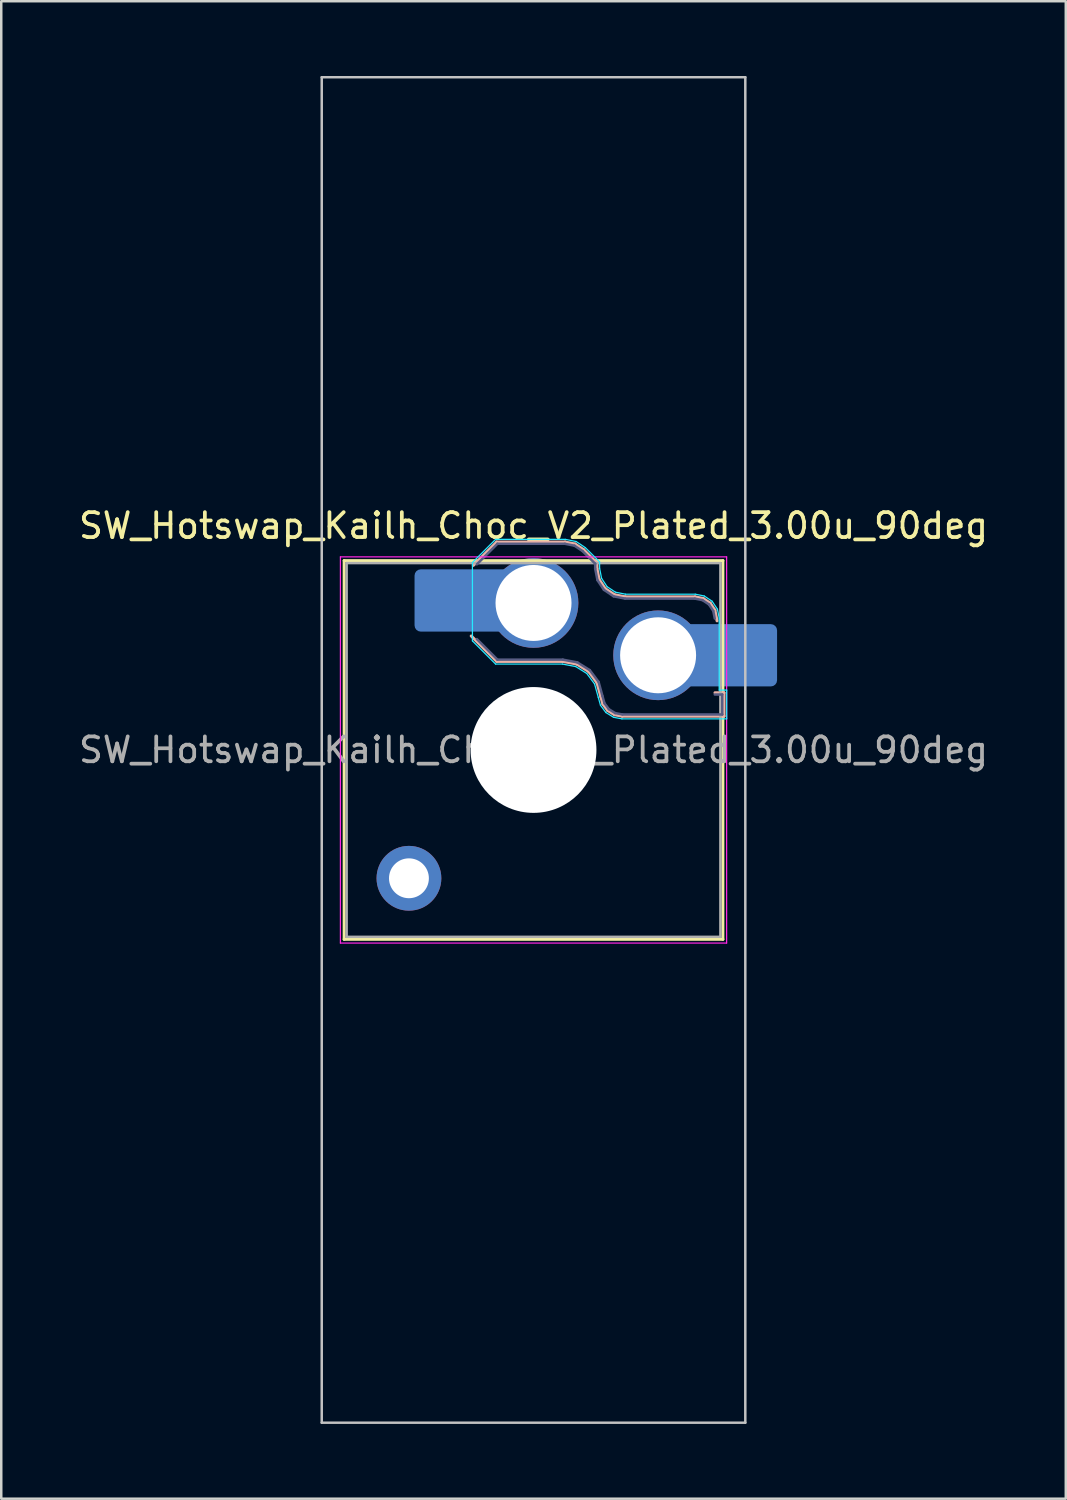
<source format=kicad_pcb>
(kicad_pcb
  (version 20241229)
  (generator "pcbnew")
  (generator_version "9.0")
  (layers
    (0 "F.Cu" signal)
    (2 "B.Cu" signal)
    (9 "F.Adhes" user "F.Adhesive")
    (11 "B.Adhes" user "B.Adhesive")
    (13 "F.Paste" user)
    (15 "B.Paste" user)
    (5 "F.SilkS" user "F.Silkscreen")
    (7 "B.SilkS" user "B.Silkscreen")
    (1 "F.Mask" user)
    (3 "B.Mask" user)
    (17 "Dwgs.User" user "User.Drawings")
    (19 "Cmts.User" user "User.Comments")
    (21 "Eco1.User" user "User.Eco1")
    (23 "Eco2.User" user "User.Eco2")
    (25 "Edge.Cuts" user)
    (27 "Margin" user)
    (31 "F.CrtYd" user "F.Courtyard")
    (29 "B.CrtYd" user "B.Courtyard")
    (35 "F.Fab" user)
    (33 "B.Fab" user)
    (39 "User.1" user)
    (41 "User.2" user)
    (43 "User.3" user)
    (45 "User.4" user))
  (footprint "SW_Hotswap_Kailh_Choc_V2_Plated_3.00u_90deg"
    (layer "F.Cu")
    (at 18.363 27.05)
    (property "Reference" "SW_Hotswap_Kailh_Choc_V2_Plated_3.00u_90deg" (at 0 -9 0) (layer "F.SilkS") (effects (font (size 1 1) (thickness 0.15))))
    (attr smd)
    (fp_line (start -7.6 -7.6) (end -7.6 7.6) (stroke (width 0.12) (type solid)) (layer "F.SilkS"))
    (fp_line (start -7.6 7.6) (end 7.6 7.6) (stroke (width 0.12) (type solid)) (layer "F.SilkS"))
    (fp_line (start 7.6 -7.6) (end -7.6 -7.6) (stroke (width 0.12) (type solid)) (layer "F.SilkS"))
    (fp_line (start 7.6 7.6) (end 7.6 -7.6) (stroke (width 0.12) (type solid)) (layer "F.SilkS"))
    (fp_line (start -2.416 -7.409) (end -1.479 -8.346) (stroke (width 0.12) (type solid)) (layer "B.SilkS"))
    (fp_line (start -1.479 -8.346) (end 1.268 -8.346) (stroke (width 0.12) (type solid)) (layer "B.SilkS"))
    (fp_line (start -1.479 -3.554) (end -2.5 -4.575) (stroke (width 0.12) (type solid)) (layer "B.SilkS"))
    (fp_line (start 1.168 -3.554) (end -1.479 -3.554) (stroke (width 0.12) (type solid)) (layer "B.SilkS"))
    (fp_line (start 1.268 -8.346) (end 1.671 -8.266) (stroke (width 0.12) (type solid)) (layer "B.SilkS"))
    (fp_line (start 1.671 -8.266) (end 2.013 -8.037) (stroke (width 0.12) (type solid)) (layer "B.SilkS"))
    (fp_line (start 1.73 -3.449) (end 1.168 -3.554) (stroke (width 0.12) (type solid)) (layer "B.SilkS"))
    (fp_line (start 2.013 -8.037) (end 2.546 -7.504) (stroke (width 0.12) (type solid)) (layer "B.SilkS"))
    (fp_line (start 2.209 -3.15) (end 1.73 -3.449) (stroke (width 0.12) (type solid)) (layer "B.SilkS"))
    (fp_line (start 2.546 -7.504) (end 2.546 -7.282) (stroke (width 0.12) (type solid)) (layer "B.SilkS"))
    (fp_line (start 2.546 -7.282) (end 2.633 -6.844) (stroke (width 0.12) (type solid)) (layer "B.SilkS"))
    (fp_line (start 2.547 -2.697) (end 2.209 -3.15) (stroke (width 0.12) (type solid)) (layer "B.SilkS"))
    (fp_line (start 2.633 -6.844) (end 2.877 -6.477) (stroke (width 0.12) (type solid)) (layer "B.SilkS"))
    (fp_line (start 2.701 -2.139) (end 2.547 -2.697) (stroke (width 0.12) (type solid)) (layer "B.SilkS"))
    (fp_line (start 2.783 -1.841) (end 2.701 -2.139) (stroke (width 0.12) (type solid)) (layer "B.SilkS"))
    (fp_line (start 2.877 -6.477) (end 3.244 -6.233) (stroke (width 0.12) (type solid)) (layer "B.SilkS"))
    (fp_line (start 2.976 -1.583) (end 2.783 -1.841) (stroke (width 0.12) (type solid)) (layer "B.SilkS"))
    (fp_line (start 3.244 -6.233) (end 3.682 -6.146) (stroke (width 0.12) (type solid)) (layer "B.SilkS"))
    (fp_line (start 3.25 -1.413) (end 2.976 -1.583) (stroke (width 0.12) (type solid)) (layer "B.SilkS"))
    (fp_line (start 3.56 -1.354) (end 3.25 -1.413) (stroke (width 0.12) (type solid)) (layer "B.SilkS"))
    (fp_line (start 3.682 -6.146) (end 6.482 -6.146) (stroke (width 0.12) (type solid)) (layer "B.SilkS"))
    (fp_line (start 6.482 -6.146) (end 6.809 -6.081) (stroke (width 0.12) (type solid)) (layer "B.SilkS"))
    (fp_line (start 6.809 -6.081) (end 7.092 -5.892) (stroke (width 0.12) (type solid)) (layer "B.SilkS"))
    (fp_line (start 7.092 -5.892) (end 7.281 -5.609) (stroke (width 0.12) (type solid)) (layer "B.SilkS"))
    (fp_line (start 7.281 -5.609) (end 7.366 -5.182) (stroke (width 0.12) (type solid)) (layer "B.SilkS"))
    (fp_line (start 7.283 -2.296) (end 7.646 -2.296) (stroke (width 0.12) (type solid)) (layer "B.SilkS"))
    (fp_line (start 7.646 -2.296) (end 7.646 -1.354) (stroke (width 0.12) (type solid)) (layer "B.SilkS"))
    (fp_line (start 7.646 -1.354) (end 3.56 -1.354) (stroke (width 0.12) (type solid)) (layer "B.SilkS"))
    (fp_line (start -8.5 -27) (end 8.5 -27) (stroke (width 0.1) (type solid)) (layer "Dwgs.User"))
    (fp_line (start -8.5 27) (end -8.5 -27) (stroke (width 0.1) (type solid)) (layer "Dwgs.User"))
    (fp_line (start 8.5 -27) (end 8.5 27) (stroke (width 0.1) (type solid)) (layer "Dwgs.User"))
    (fp_line (start 8.5 27) (end -8.5 27) (stroke (width 0.1) (type solid)) (layer "Dwgs.User"))
    (fp_line (start -7.25 -7.25) (end -7.25 7.25) (stroke (width 0.1) (type solid)) (layer "Eco1.User"))
    (fp_line (start -7.25 7.25) (end 7.25 7.25) (stroke (width 0.1) (type solid)) (layer "Eco1.User"))
    (fp_line (start 7.25 -7.25) (end -7.25 -7.25) (stroke (width 0.1) (type solid)) (layer "Eco1.User"))
    (fp_line (start 7.25 7.25) (end 7.25 -7.25) (stroke (width 0.1) (type solid)) (layer "Eco1.User"))
    (fp_line (start -2.452 -7.523) (end -1.523 -8.452) (stroke (width 0.05) (type solid)) (layer "B.CrtYd"))
    (fp_line (start -2.452 -4.377) (end -2.452 -7.523) (stroke (width 0.05) (type solid)) (layer "B.CrtYd"))
    (fp_line (start -1.523 -8.452) (end 1.278 -8.452) (stroke (width 0.05) (type solid)) (layer "B.CrtYd"))
    (fp_line (start -1.523 -3.448) (end -2.452 -4.377) (stroke (width 0.05) (type solid)) (layer "B.CrtYd"))
    (fp_line (start 1.159 -3.448) (end -1.523 -3.448) (stroke (width 0.05) (type solid)) (layer "B.CrtYd"))
    (fp_line (start 1.278 -8.452) (end 1.712 -8.366) (stroke (width 0.05) (type solid)) (layer "B.CrtYd"))
    (fp_line (start 1.691 -3.348) (end 1.159 -3.448) (stroke (width 0.05) (type solid)) (layer "B.CrtYd"))
    (fp_line (start 1.712 -8.366) (end 2.081 -8.119) (stroke (width 0.05) (type solid)) (layer "B.CrtYd"))
    (fp_line (start 2.081 -8.119) (end 2.652 -7.548) (stroke (width 0.05) (type solid)) (layer "B.CrtYd"))
    (fp_line (start 2.136 -3.071) (end 1.691 -3.348) (stroke (width 0.05) (type solid)) (layer "B.CrtYd"))
    (fp_line (start 2.45 -2.65) (end 2.136 -3.071) (stroke (width 0.05) (type solid)) (layer "B.CrtYd"))
    (fp_line (start 2.599 -2.111) (end 2.45 -2.65) (stroke (width 0.05) (type solid)) (layer "B.CrtYd"))
    (fp_line (start 2.652 -7.548) (end 2.652 -7.292) (stroke (width 0.05) (type solid)) (layer "B.CrtYd"))
    (fp_line (start 2.652 -7.292) (end 2.733 -6.885) (stroke (width 0.05) (type solid)) (layer "B.CrtYd"))
    (fp_line (start 2.687 -1.794) (end 2.599 -2.111) (stroke (width 0.05) (type solid)) (layer "B.CrtYd"))
    (fp_line (start 2.733 -6.885) (end 2.953 -6.553) (stroke (width 0.05) (type solid)) (layer "B.CrtYd"))
    (fp_line (start 2.903 -1.503) (end 2.687 -1.794) (stroke (width 0.05) (type solid)) (layer "B.CrtYd"))
    (fp_line (start 2.953 -6.553) (end 3.285 -6.333) (stroke (width 0.05) (type solid)) (layer "B.CrtYd"))
    (fp_line (start 3.211 -1.312) (end 2.903 -1.503) (stroke (width 0.05) (type solid)) (layer "B.CrtYd"))
    (fp_line (start 3.285 -6.333) (end 3.692 -6.252) (stroke (width 0.05) (type solid)) (layer "B.CrtYd"))
    (fp_line (start 3.55 -1.248) (end 3.211 -1.312) (stroke (width 0.05) (type solid)) (layer "B.CrtYd"))
    (fp_line (start 3.692 -6.252) (end 6.492 -6.252) (stroke (width 0.05) (type solid)) (layer "B.CrtYd"))
    (fp_line (start 6.492 -6.252) (end 6.85 -6.181) (stroke (width 0.05) (type solid)) (layer "B.CrtYd"))
    (fp_line (start 6.85 -6.181) (end 7.168 -5.968) (stroke (width 0.05) (type solid)) (layer "B.CrtYd"))
    (fp_line (start 7.168 -5.968) (end 7.381 -5.65) (stroke (width 0.05) (type solid)) (layer "B.CrtYd"))
    (fp_line (start 7.381 -5.65) (end 7.452 -5.292) (stroke (width 0.05) (type solid)) (layer "B.CrtYd"))
    (fp_line (start 7.452 -5.292) (end 7.452 -2.402) (stroke (width 0.05) (type solid)) (layer "B.CrtYd"))
    (fp_line (start 7.452 -2.402) (end 7.752 -2.402) (stroke (width 0.05) (type solid)) (layer "B.CrtYd"))
    (fp_line (start 7.752 -2.402) (end 7.752 -1.248) (stroke (width 0.05) (type solid)) (layer "B.CrtYd"))
    (fp_line (start 7.752 -1.248) (end 3.55 -1.248) (stroke (width 0.05) (type solid)) (layer "B.CrtYd"))
    (fp_line (start -7.75 -7.75) (end -7.75 7.75) (stroke (width 0.05) (type solid)) (layer "F.CrtYd"))
    (fp_line (start -7.75 7.75) (end 7.75 7.75) (stroke (width 0.05) (type solid)) (layer "F.CrtYd"))
    (fp_line (start 7.75 -7.75) (end -7.75 -7.75) (stroke (width 0.05) (type solid)) (layer "F.CrtYd"))
    (fp_line (start 7.75 7.75) (end 7.75 -7.75) (stroke (width 0.05) (type solid)) (layer "F.CrtYd"))
    (fp_line (start -2.275 -7.45) (end -1.45 -8.275) (stroke (width 0.1) (type solid)) (layer "B.Fab"))
    (fp_line (start -1.45 -8.275) (end 1.261 -8.275) (stroke (width 0.1) (type solid)) (layer "B.Fab"))
    (fp_line (start -1.45 -3.625) (end -2.275 -4.45) (stroke (width 0.1) (type solid)) (layer "B.Fab"))
    (fp_line (start 1.175 -3.625) (end -1.45 -3.625) (stroke (width 0.1) (type solid)) (layer "B.Fab"))
    (fp_line (start 1.261 -8.275) (end 1.643 -8.199) (stroke (width 0.1) (type solid)) (layer "B.Fab"))
    (fp_line (start 1.643 -8.199) (end 1.968 -7.982) (stroke (width 0.1) (type solid)) (layer "B.Fab"))
    (fp_line (start 1.756 -3.516) (end 1.175 -3.625) (stroke (width 0.1) (type solid)) (layer "B.Fab"))
    (fp_line (start 1.968 -7.982) (end 2.475 -7.475) (stroke (width 0.1) (type solid)) (layer "B.Fab"))
    (fp_line (start 2.258 -3.203) (end 1.756 -3.516) (stroke (width 0.1) (type solid)) (layer "B.Fab"))
    (fp_line (start 2.475 -7.475) (end 2.475 -7.275) (stroke (width 0.1) (type solid)) (layer "B.Fab"))
    (fp_line (start 2.475 -7.275) (end 2.566 -6.816) (stroke (width 0.1) (type solid)) (layer "B.Fab"))
    (fp_line (start 2.566 -6.816) (end 2.826 -6.426) (stroke (width 0.1) (type solid)) (layer "B.Fab"))
    (fp_line (start 2.612 -2.729) (end 2.258 -3.203) (stroke (width 0.1) (type solid)) (layer "B.Fab"))
    (fp_line (start 2.769 -2.158) (end 2.612 -2.729) (stroke (width 0.1) (type solid)) (layer "B.Fab"))
    (fp_line (start 2.826 -6.426) (end 3.216 -6.166) (stroke (width 0.1) (type solid)) (layer "B.Fab"))
    (fp_line (start 2.848 -1.873) (end 2.769 -2.158) (stroke (width 0.1) (type solid)) (layer "B.Fab"))
    (fp_line (start 3.025 -1.636) (end 2.848 -1.873) (stroke (width 0.1) (type solid)) (layer "B.Fab"))
    (fp_line (start 3.216 -6.166) (end 3.675 -6.075) (stroke (width 0.1) (type solid)) (layer "B.Fab"))
    (fp_line (start 3.276 -1.48) (end 3.025 -1.636) (stroke (width 0.1) (type solid)) (layer "B.Fab"))
    (fp_line (start 3.567 -1.425) (end 3.276 -1.48) (stroke (width 0.1) (type solid)) (layer "B.Fab"))
    (fp_line (start 3.675 -6.075) (end 6.475 -6.075) (stroke (width 0.1) (type solid)) (layer "B.Fab"))
    (fp_line (start 6.475 -6.075) (end 6.781 -6.014) (stroke (width 0.1) (type solid)) (layer "B.Fab"))
    (fp_line (start 6.781 -6.014) (end 7.041 -5.841) (stroke (width 0.1) (type solid)) (layer "B.Fab"))
    (fp_line (start 7.041 -5.841) (end 7.214 -5.581) (stroke (width 0.1) (type solid)) (layer "B.Fab"))
    (fp_line (start 7.214 -5.581) (end 7.275 -5.275) (stroke (width 0.1) (type solid)) (layer "B.Fab"))
    (fp_line (start 7.275 -2.225) (end 7.575 -2.225) (stroke (width 0.1) (type solid)) (layer "B.Fab"))
    (fp_line (start 7.575 -2.225) (end 7.575 -1.425) (stroke (width 0.1) (type solid)) (layer "B.Fab"))
    (fp_line (start 7.575 -1.425) (end 3.567 -1.425) (stroke (width 0.1) (type solid)) (layer "B.Fab"))
    (fp_line (start -7.5 -7.5) (end -7.5 7.5) (stroke (width 0.1) (type solid)) (layer "F.Fab"))
    (fp_line (start -7.5 7.5) (end 7.5 7.5) (stroke (width 0.1) (type solid)) (layer "F.Fab"))
    (fp_line (start 7.5 -7.5) (end -7.5 -7.5) (stroke (width 0.1) (type solid)) (layer "F.Fab"))
    (fp_line (start 7.5 7.5) (end 7.5 -7.5) (stroke (width 0.1) (type solid)) (layer "F.Fab"))
    (fp_text user "${REFERENCE}" (at 0 0 0) (layer "F.Fab") (effects (font (size 1 1) (thickness 0.15))))
    (pad "" thru_hole circle (at -5 5.15) (size 2.6 2.6) (drill 1.6) (layers "*.Cu" "*.Mask"))
    (pad "" smd roundrect (at -3.5 -6) (size 2.55 2.5) (layers "B.Mask" "B.Paste") (roundrect_rratio 0.1))
    (pad "" np_thru_hole circle (at 0 0) (size 5.05 5.05) (drill 5.05) (layers "*.Cu" "*.Mask"))
    (pad "" smd roundrect (at 8.5 -3.8) (size 2.55 2.5) (layers "B.Mask" "B.Paste") (roundrect_rratio 0.1))
    (pad "1" smd roundrect (at -2.85 -6) (size 3.85 2.5) (layers "B.Cu") (roundrect_rratio 0.1))
    (pad "1" thru_hole circle (at 0 -5.9) (size 3.6 3.6) (drill 3.05) (layers "*.Cu" "*.Mask"))
    (pad "2" thru_hole circle (at 5 -3.8) (size 3.6 3.6) (drill 3.05) (layers "*.Cu" "*.Mask"))
    (pad "2" smd roundrect (at 7.85 -3.8) (size 3.85 2.5) (layers "B.Cu") (roundrect_rratio 0.1)))
  (gr_rect
    (start -3 -3)
    (end 39.726 57.1)
    (stroke (width 0.1) (type default))
    (fill no)
    (layer "Edge.Cuts")))
</source>
